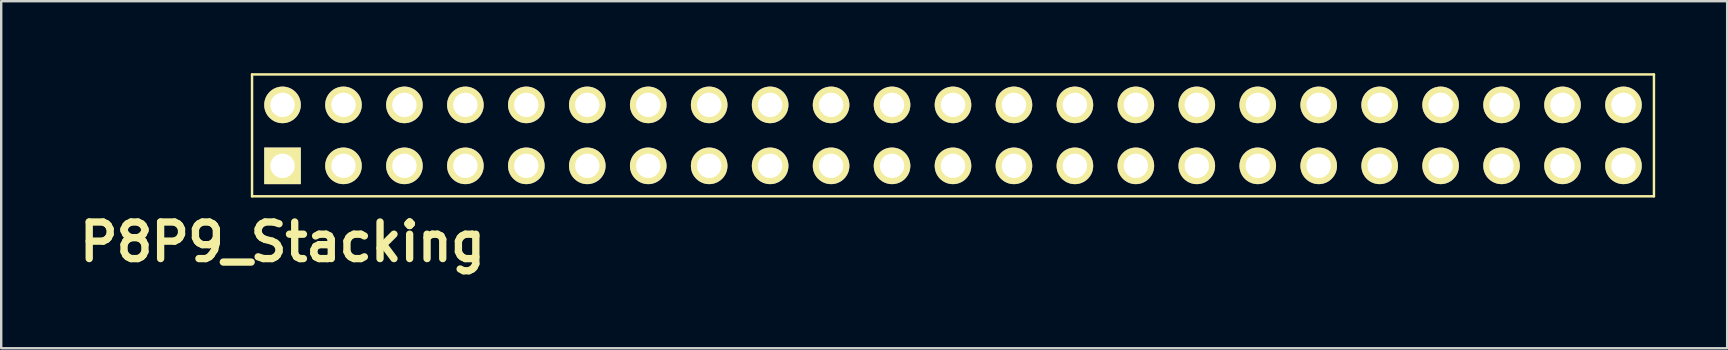
<source format=kicad_pcb>
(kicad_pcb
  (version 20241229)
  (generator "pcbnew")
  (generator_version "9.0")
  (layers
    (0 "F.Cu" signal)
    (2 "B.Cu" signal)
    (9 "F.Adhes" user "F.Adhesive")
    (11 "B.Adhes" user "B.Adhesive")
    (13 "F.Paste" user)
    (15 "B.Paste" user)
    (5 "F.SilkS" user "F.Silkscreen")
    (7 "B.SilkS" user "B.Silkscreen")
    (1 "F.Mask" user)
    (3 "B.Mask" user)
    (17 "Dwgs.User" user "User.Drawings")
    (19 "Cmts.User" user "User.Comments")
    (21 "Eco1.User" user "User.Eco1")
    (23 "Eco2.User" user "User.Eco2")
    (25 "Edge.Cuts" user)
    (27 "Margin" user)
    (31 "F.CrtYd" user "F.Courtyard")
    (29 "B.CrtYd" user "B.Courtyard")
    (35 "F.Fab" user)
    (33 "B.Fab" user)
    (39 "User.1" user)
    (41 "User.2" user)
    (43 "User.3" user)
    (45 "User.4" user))
  (footprint "P8P9_Stacking"
    (layer "F.Cu")
    (at 8.723 2.591)
    (property "Reference" "P8P9_Stacking" (at 0 4.445 0) (layer "F.SilkS") (effects (font (size 1.524 1.524) (thickness 0.305))))
    (attr through_hole)
    (fp_line (start -1.27 -2.54) (end 57.15 -2.54) (stroke (width 0.102) (type solid)) (layer "F.SilkS"))
    (fp_line (start -1.27 2.54) (end -1.27 -2.54) (stroke (width 0.102) (type solid)) (layer "F.SilkS"))
    (fp_line (start 57.15 -2.54) (end 57.15 2.54) (stroke (width 0.102) (type solid)) (layer "F.SilkS"))
    (fp_line (start 57.15 2.54) (end -1.27 2.54) (stroke (width 0.102) (type solid)) (layer "F.SilkS"))
    (pad "1" thru_hole rect (at 0 1.27) (size 1.524 1.524) (drill 1.016) (layers "*.Cu" "*.Mask" "F.SilkS"))
    (pad "2" thru_hole circle (at 0 -1.27) (size 1.524 1.524) (drill 1.016) (layers "*.Cu" "*.Mask" "F.SilkS"))
    (pad "3" thru_hole circle (at 2.54 1.27) (size 1.524 1.524) (drill 1.016) (layers "*.Cu" "*.Mask" "F.SilkS"))
    (pad "4" thru_hole circle (at 2.54 -1.27) (size 1.524 1.524) (drill 1.016) (layers "*.Cu" "*.Mask" "F.SilkS"))
    (pad "5" thru_hole circle (at 5.08 1.27) (size 1.524 1.524) (drill 1.016) (layers "*.Cu" "*.Mask" "F.SilkS"))
    (pad "6" thru_hole circle (at 5.08 -1.27) (size 1.524 1.524) (drill 1.016) (layers "*.Cu" "*.Mask" "F.SilkS"))
    (pad "7" thru_hole circle (at 7.62 1.27) (size 1.524 1.524) (drill 1.016) (layers "*.Cu" "*.Mask" "F.SilkS"))
    (pad "8" thru_hole circle (at 7.62 -1.27) (size 1.524 1.524) (drill 1.016) (layers "*.Cu" "*.Mask" "F.SilkS"))
    (pad "9" thru_hole circle (at 10.16 1.27) (size 1.524 1.524) (drill 1.016) (layers "*.Cu" "*.Mask" "F.SilkS"))
    (pad "10" thru_hole circle (at 10.16 -1.27) (size 1.524 1.524) (drill 1.016) (layers "*.Cu" "*.Mask" "F.SilkS"))
    (pad "11" thru_hole circle (at 12.7 1.27) (size 1.524 1.524) (drill 1.016) (layers "*.Cu" "*.Mask" "F.SilkS"))
    (pad "12" thru_hole circle (at 12.7 -1.27) (size 1.524 1.524) (drill 1.016) (layers "*.Cu" "*.Mask" "F.SilkS"))
    (pad "13" thru_hole circle (at 15.24 1.27) (size 1.524 1.524) (drill 1.016) (layers "*.Cu" "*.Mask" "F.SilkS"))
    (pad "14" thru_hole circle (at 15.24 -1.27) (size 1.524 1.524) (drill 1.016) (layers "*.Cu" "*.Mask" "F.SilkS"))
    (pad "15" thru_hole circle (at 17.78 1.27) (size 1.524 1.524) (drill 1.016) (layers "*.Cu" "*.Mask" "F.SilkS"))
    (pad "16" thru_hole circle (at 17.78 -1.27) (size 1.524 1.524) (drill 1.016) (layers "*.Cu" "*.Mask" "F.SilkS"))
    (pad "17" thru_hole circle (at 20.32 1.27) (size 1.524 1.524) (drill 1.016) (layers "*.Cu" "*.Mask" "F.SilkS"))
    (pad "18" thru_hole circle (at 20.32 -1.27) (size 1.524 1.524) (drill 1.016) (layers "*.Cu" "*.Mask" "F.SilkS"))
    (pad "19" thru_hole circle (at 22.86 1.27) (size 1.524 1.524) (drill 1.016) (layers "*.Cu" "*.Mask" "F.SilkS"))
    (pad "20" thru_hole circle (at 22.86 -1.27) (size 1.524 1.524) (drill 1.016) (layers "*.Cu" "*.Mask" "F.SilkS"))
    (pad "21" thru_hole circle (at 25.4 1.27) (size 1.524 1.524) (drill 1.016) (layers "*.Cu" "*.Mask" "F.SilkS"))
    (pad "22" thru_hole circle (at 25.4 -1.27) (size 1.524 1.524) (drill 1.016) (layers "*.Cu" "*.Mask" "F.SilkS"))
    (pad "23" thru_hole circle (at 27.94 1.27) (size 1.524 1.524) (drill 1.016) (layers "*.Cu" "*.Mask" "F.SilkS"))
    (pad "24" thru_hole circle (at 27.94 -1.27) (size 1.524 1.524) (drill 1.016) (layers "*.Cu" "*.Mask" "F.SilkS"))
    (pad "25" thru_hole circle (at 30.48 1.27) (size 1.524 1.524) (drill 1.016) (layers "*.Cu" "*.Mask" "F.SilkS"))
    (pad "26" thru_hole circle (at 30.48 -1.27) (size 1.524 1.524) (drill 1.016) (layers "*.Cu" "*.Mask" "F.SilkS"))
    (pad "27" thru_hole circle (at 33.02 1.27) (size 1.524 1.524) (drill 1.016) (layers "*.Cu" "*.Mask" "F.SilkS"))
    (pad "28" thru_hole circle (at 33.02 -1.27) (size 1.524 1.524) (drill 1.016) (layers "*.Cu" "*.Mask" "F.SilkS"))
    (pad "29" thru_hole circle (at 35.56 1.27) (size 1.524 1.524) (drill 1.016) (layers "*.Cu" "*.Mask" "F.SilkS"))
    (pad "30" thru_hole circle (at 35.56 -1.27) (size 1.524 1.524) (drill 1.016) (layers "*.Cu" "*.Mask" "F.SilkS"))
    (pad "31" thru_hole circle (at 38.1 1.27) (size 1.524 1.524) (drill 1.016) (layers "*.Cu" "*.Mask" "F.SilkS"))
    (pad "32" thru_hole circle (at 38.1 -1.27) (size 1.524 1.524) (drill 1.016) (layers "*.Cu" "*.Mask" "F.SilkS"))
    (pad "33" thru_hole circle (at 40.64 1.27) (size 1.524 1.524) (drill 1.016) (layers "*.Cu" "*.Mask" "F.SilkS"))
    (pad "34" thru_hole circle (at 40.64 -1.27) (size 1.524 1.524) (drill 1.016) (layers "*.Cu" "*.Mask" "F.SilkS"))
    (pad "35" thru_hole circle (at 43.18 1.27) (size 1.524 1.524) (drill 1.016) (layers "*.Cu" "*.Mask" "F.SilkS"))
    (pad "36" thru_hole circle (at 43.18 -1.27) (size 1.524 1.524) (drill 1.016) (layers "*.Cu" "*.Mask" "F.SilkS"))
    (pad "37" thru_hole circle (at 45.72 1.27) (size 1.524 1.524) (drill 1.016) (layers "*.Cu" "*.Mask" "F.SilkS"))
    (pad "38" thru_hole circle (at 45.72 -1.27) (size 1.524 1.524) (drill 1.016) (layers "*.Cu" "*.Mask" "F.SilkS"))
    (pad "39" thru_hole circle (at 48.26 1.27) (size 1.524 1.524) (drill 1.016) (layers "*.Cu" "*.Mask" "F.SilkS"))
    (pad "40" thru_hole circle (at 48.26 -1.27) (size 1.524 1.524) (drill 1.016) (layers "*.Cu" "*.Mask" "F.SilkS"))
    (pad "41" thru_hole circle (at 50.8 1.27) (size 1.524 1.524) (drill 1.016) (layers "*.Cu" "*.Mask" "F.SilkS"))
    (pad "42" thru_hole circle (at 50.8 -1.27) (size 1.524 1.524) (drill 1.016) (layers "*.Cu" "*.Mask" "F.SilkS"))
    (pad "43" thru_hole circle (at 53.34 1.27) (size 1.524 1.524) (drill 1.016) (layers "*.Cu" "*.Mask" "F.SilkS"))
    (pad "44" thru_hole circle (at 53.34 -1.27) (size 1.524 1.524) (drill 1.016) (layers "*.Cu" "*.Mask" "F.SilkS"))
    (pad "45" thru_hole circle (at 55.88 1.27) (size 1.524 1.524) (drill 1.016) (layers "*.Cu" "*.Mask" "F.SilkS"))
    (pad "46" thru_hole circle (at 55.88 -1.27) (size 1.524 1.524) (drill 1.016) (layers "*.Cu" "*.Mask" "F.SilkS")))
  (gr_rect
    (start -3 -3)
    (end 68.924 11.462)
    (stroke (width 0.1) (type default))
    (fill no)
    (layer "Edge.Cuts")))
</source>
